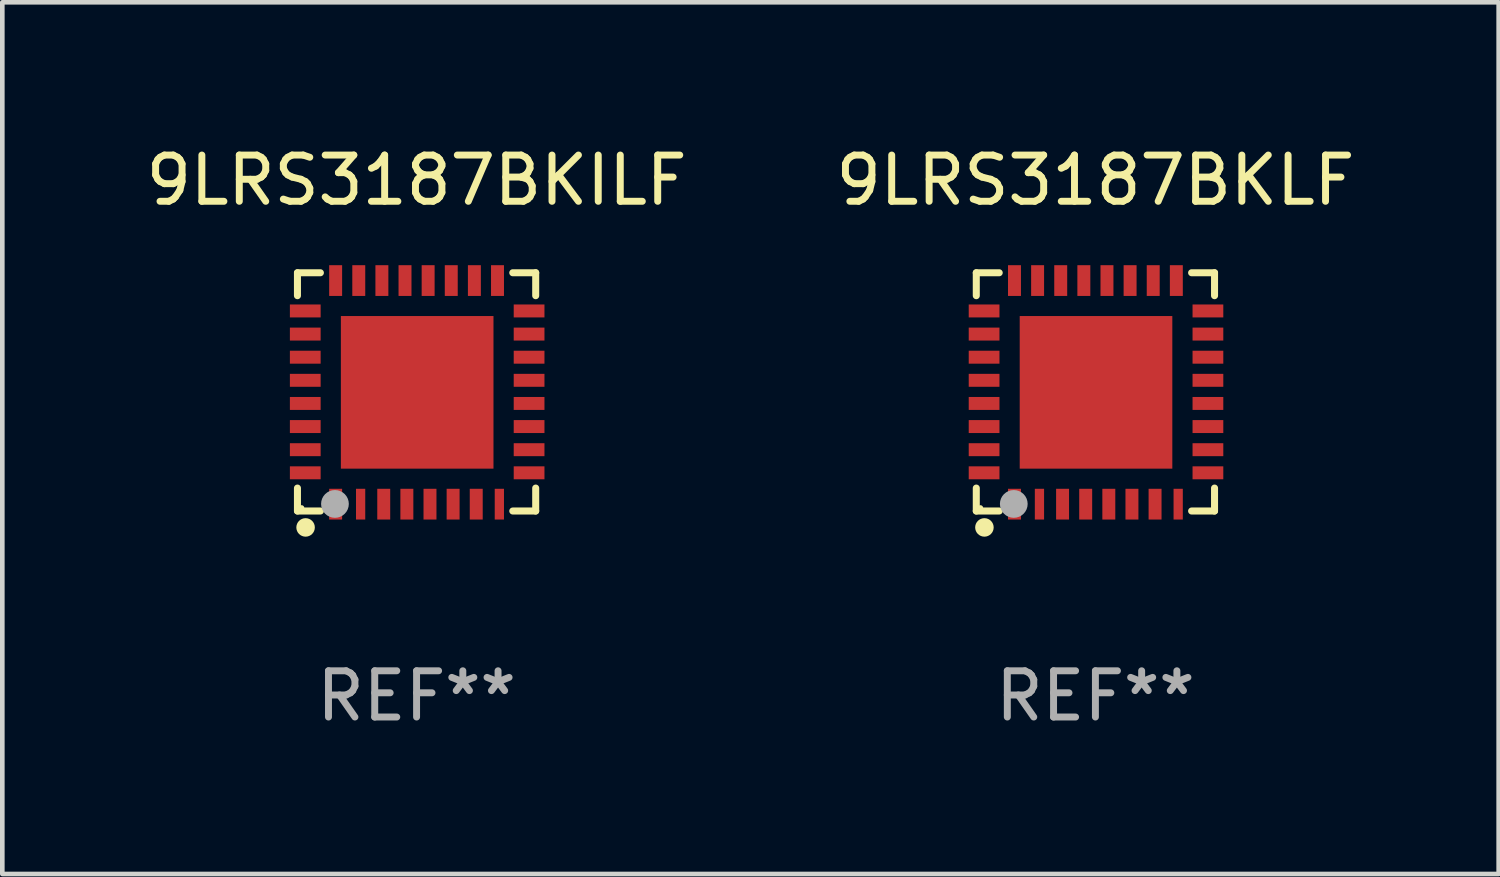
<source format=kicad_pcb>
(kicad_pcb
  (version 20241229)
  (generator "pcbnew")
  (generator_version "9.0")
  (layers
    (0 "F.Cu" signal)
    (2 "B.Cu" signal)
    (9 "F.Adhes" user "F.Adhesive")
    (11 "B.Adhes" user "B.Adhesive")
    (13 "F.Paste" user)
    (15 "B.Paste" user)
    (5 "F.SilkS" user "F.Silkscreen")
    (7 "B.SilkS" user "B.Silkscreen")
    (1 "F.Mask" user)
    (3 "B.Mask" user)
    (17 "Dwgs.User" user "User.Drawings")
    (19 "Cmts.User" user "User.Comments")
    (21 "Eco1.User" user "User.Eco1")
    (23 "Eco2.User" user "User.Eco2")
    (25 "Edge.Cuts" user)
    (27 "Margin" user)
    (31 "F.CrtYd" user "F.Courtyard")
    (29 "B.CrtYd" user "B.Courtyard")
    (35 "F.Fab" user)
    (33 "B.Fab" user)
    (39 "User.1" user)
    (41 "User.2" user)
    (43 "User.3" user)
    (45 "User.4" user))
  (footprint "9LRS3187BKLF"
    (layer "F.Cu")
    (at 20.637 5.424)
    (property "Reference" "9LRS3187BKLF" (at 0 -4.576 0) (layer "F.SilkS") (effects (font (size 1 1) (thickness 0.15))))
    (attr through_hole)
    (fp_line (start -2.576 -2.576) (end -2.576 -2.08) (stroke (width 0.152) (type solid)) (layer "F.SilkS"))
    (fp_line (start -2.576 2.576) (end -2.576 2.08) (stroke (width 0.152) (type solid)) (layer "F.SilkS"))
    (fp_line (start -2.08 -2.576) (end -2.576 -2.576) (stroke (width 0.152) (type solid)) (layer "F.SilkS"))
    (fp_line (start -2.08 2.576) (end -2.576 2.576) (stroke (width 0.152) (type solid)) (layer "F.SilkS"))
    (fp_line (start 2.08 -2.576) (end 2.576 -2.576) (stroke (width 0.152) (type solid)) (layer "F.SilkS"))
    (fp_line (start 2.08 2.576) (end 2.576 2.576) (stroke (width 0.152) (type solid)) (layer "F.SilkS"))
    (fp_line (start 2.576 -2.576) (end 2.576 -2.08) (stroke (width 0.152) (type solid)) (layer "F.SilkS"))
    (fp_line (start 2.576 2.576) (end 2.576 2.08) (stroke (width 0.152) (type solid)) (layer "F.SilkS"))
    (fp_circle (center -2.487 2.51) (end -2.457 2.51) (stroke (width 0.06) (type solid)) (fill no) (layer "F.SilkS"))
    (fp_circle (center -2.4 2.931) (end -2.3 2.931) (stroke (width 0.2) (type solid)) (fill no) (layer "F.SilkS"))
    (fp_circle (center -1.765 2.423) (end -1.615 2.423) (stroke (width 0.3) (type solid)) (fill no) (layer "F.Fab"))
    (fp_text user "REF**" (at 0 6.576 0) (layer "F.Fab") (effects (font (size 1 1) (thickness 0.15))))
    (pad "1" smd rect (at -1.75 2.428) (size 0.28 0.665) (layers "F.Cu" "F.Mask" "F.Paste"))
    (pad "2" smd rect (at -1.21 2.428) (size 0.2 0.665) (layers "F.Cu" "F.Mask" "F.Paste"))
    (pad "3" smd rect (at -0.71 2.428) (size 0.28 0.665) (layers "F.Cu" "F.Mask" "F.Paste"))
    (pad "4" smd rect (at -0.21 2.428) (size 0.28 0.665) (layers "F.Cu" "F.Mask" "F.Paste"))
    (pad "5" smd rect (at 0.29 2.428) (size 0.28 0.665) (layers "F.Cu" "F.Mask" "F.Paste"))
    (pad "6" smd rect (at 0.79 2.428) (size 0.28 0.665) (layers "F.Cu" "F.Mask" "F.Paste"))
    (pad "7" smd rect (at 1.29 2.428) (size 0.28 0.665) (layers "F.Cu" "F.Mask" "F.Paste"))
    (pad "8" smd rect (at 1.79 2.428) (size 0.2 0.665) (layers "F.Cu" "F.Mask" "F.Paste"))
    (pad "9" smd rect (at 2.433 1.75) (size 0.665 0.28) (layers "F.Cu" "F.Mask" "F.Paste"))
    (pad "10" smd rect (at 2.433 1.25) (size 0.665 0.28) (layers "F.Cu" "F.Mask" "F.Paste"))
    (pad "11" smd rect (at 2.433 0.75) (size 0.665 0.28) (layers "F.Cu" "F.Mask" "F.Paste"))
    (pad "12" smd rect (at 2.433 0.25) (size 0.665 0.28) (layers "F.Cu" "F.Mask" "F.Paste"))
    (pad "13" smd rect (at 2.433 -0.25) (size 0.665 0.28) (layers "F.Cu" "F.Mask" "F.Paste"))
    (pad "14" smd rect (at 2.433 -0.75) (size 0.665 0.28) (layers "F.Cu" "F.Mask" "F.Paste"))
    (pad "15" smd rect (at 2.433 -1.25) (size 0.665 0.28) (layers "F.Cu" "F.Mask" "F.Paste"))
    (pad "16" smd rect (at 2.433 -1.75) (size 0.665 0.28) (layers "F.Cu" "F.Mask" "F.Paste"))
    (pad "17" smd rect (at 1.75 -2.407) (size 0.28 0.665) (layers "F.Cu" "F.Mask" "F.Paste"))
    (pad "18" smd rect (at 1.25 -2.407) (size 0.28 0.665) (layers "F.Cu" "F.Mask" "F.Paste"))
    (pad "19" smd rect (at 0.75 -2.407) (size 0.28 0.665) (layers "F.Cu" "F.Mask" "F.Paste"))
    (pad "20" smd rect (at 0.25 -2.407) (size 0.28 0.665) (layers "F.Cu" "F.Mask" "F.Paste"))
    (pad "21" smd rect (at -0.25 -2.407) (size 0.28 0.665) (layers "F.Cu" "F.Mask" "F.Paste"))
    (pad "22" smd rect (at -0.75 -2.407) (size 0.28 0.665) (layers "F.Cu" "F.Mask" "F.Paste"))
    (pad "23" smd rect (at -1.25 -2.407) (size 0.28 0.665) (layers "F.Cu" "F.Mask" "F.Paste"))
    (pad "24" smd rect (at -1.75 -2.407) (size 0.28 0.665) (layers "F.Cu" "F.Mask" "F.Paste"))
    (pad "25" smd rect (at -2.407 -1.75) (size 0.665 0.28) (layers "F.Cu" "F.Mask" "F.Paste"))
    (pad "26" smd rect (at -2.407 -1.25) (size 0.665 0.28) (layers "F.Cu" "F.Mask" "F.Paste"))
    (pad "27" smd rect (at -2.407 -0.75) (size 0.665 0.28) (layers "F.Cu" "F.Mask" "F.Paste"))
    (pad "28" smd rect (at -2.407 -0.25) (size 0.665 0.28) (layers "F.Cu" "F.Mask" "F.Paste"))
    (pad "29" smd rect (at -2.407 0.25) (size 0.665 0.28) (layers "F.Cu" "F.Mask" "F.Paste"))
    (pad "30" smd rect (at -2.407 0.75) (size 0.665 0.28) (layers "F.Cu" "F.Mask" "F.Paste"))
    (pad "31" smd rect (at -2.407 1.25) (size 0.665 0.28) (layers "F.Cu" "F.Mask" "F.Paste"))
    (pad "32" smd rect (at -2.407 1.75) (size 0.665 0.28) (layers "F.Cu" "F.Mask" "F.Paste"))
    (pad "33" smd rect (at 0.013 0.01) (size 3.3 3.3) (layers "F.Cu" "F.Mask" "F.Paste")))
  (footprint "9LRS3187BKILF"
    (layer "F.Cu")
    (at 5.958 5.424)
    (property "Reference" "9LRS3187BKILF" (at 0 -4.576 0) (layer "F.SilkS") (effects (font (size 1 1) (thickness 0.15))))
    (attr through_hole)
    (fp_line (start -2.576 -2.576) (end -2.576 -2.08) (stroke (width 0.152) (type solid)) (layer "F.SilkS"))
    (fp_line (start -2.576 2.576) (end -2.576 2.08) (stroke (width 0.152) (type solid)) (layer "F.SilkS"))
    (fp_line (start -2.08 -2.576) (end -2.576 -2.576) (stroke (width 0.152) (type solid)) (layer "F.SilkS"))
    (fp_line (start -2.08 2.576) (end -2.576 2.576) (stroke (width 0.152) (type solid)) (layer "F.SilkS"))
    (fp_line (start 2.08 -2.576) (end 2.576 -2.576) (stroke (width 0.152) (type solid)) (layer "F.SilkS"))
    (fp_line (start 2.08 2.576) (end 2.576 2.576) (stroke (width 0.152) (type solid)) (layer "F.SilkS"))
    (fp_line (start 2.576 -2.576) (end 2.576 -2.08) (stroke (width 0.152) (type solid)) (layer "F.SilkS"))
    (fp_line (start 2.576 2.576) (end 2.576 2.08) (stroke (width 0.152) (type solid)) (layer "F.SilkS"))
    (fp_circle (center -2.487 2.51) (end -2.457 2.51) (stroke (width 0.06) (type solid)) (fill no) (layer "F.SilkS"))
    (fp_circle (center -2.4 2.931) (end -2.3 2.931) (stroke (width 0.2) (type solid)) (fill no) (layer "F.SilkS"))
    (fp_circle (center -1.765 2.423) (end -1.615 2.423) (stroke (width 0.3) (type solid)) (fill no) (layer "F.Fab"))
    (fp_text user "REF**" (at 0 6.576 0) (layer "F.Fab") (effects (font (size 1 1) (thickness 0.15))))
    (pad "1" smd rect (at -1.75 2.428) (size 0.28 0.665) (layers "F.Cu" "F.Mask" "F.Paste"))
    (pad "2" smd rect (at -1.21 2.428) (size 0.2 0.665) (layers "F.Cu" "F.Mask" "F.Paste"))
    (pad "3" smd rect (at -0.71 2.428) (size 0.28 0.665) (layers "F.Cu" "F.Mask" "F.Paste"))
    (pad "4" smd rect (at -0.21 2.428) (size 0.28 0.665) (layers "F.Cu" "F.Mask" "F.Paste"))
    (pad "5" smd rect (at 0.29 2.428) (size 0.28 0.665) (layers "F.Cu" "F.Mask" "F.Paste"))
    (pad "6" smd rect (at 0.79 2.428) (size 0.28 0.665) (layers "F.Cu" "F.Mask" "F.Paste"))
    (pad "7" smd rect (at 1.29 2.428) (size 0.28 0.665) (layers "F.Cu" "F.Mask" "F.Paste"))
    (pad "8" smd rect (at 1.79 2.428) (size 0.2 0.665) (layers "F.Cu" "F.Mask" "F.Paste"))
    (pad "9" smd rect (at 2.433 1.75) (size 0.665 0.28) (layers "F.Cu" "F.Mask" "F.Paste"))
    (pad "10" smd rect (at 2.433 1.25) (size 0.665 0.28) (layers "F.Cu" "F.Mask" "F.Paste"))
    (pad "11" smd rect (at 2.433 0.75) (size 0.665 0.28) (layers "F.Cu" "F.Mask" "F.Paste"))
    (pad "12" smd rect (at 2.433 0.25) (size 0.665 0.28) (layers "F.Cu" "F.Mask" "F.Paste"))
    (pad "13" smd rect (at 2.433 -0.25) (size 0.665 0.28) (layers "F.Cu" "F.Mask" "F.Paste"))
    (pad "14" smd rect (at 2.433 -0.75) (size 0.665 0.28) (layers "F.Cu" "F.Mask" "F.Paste"))
    (pad "15" smd rect (at 2.433 -1.25) (size 0.665 0.28) (layers "F.Cu" "F.Mask" "F.Paste"))
    (pad "16" smd rect (at 2.433 -1.75) (size 0.665 0.28) (layers "F.Cu" "F.Mask" "F.Paste"))
    (pad "17" smd rect (at 1.75 -2.407) (size 0.28 0.665) (layers "F.Cu" "F.Mask" "F.Paste"))
    (pad "18" smd rect (at 1.25 -2.407) (size 0.28 0.665) (layers "F.Cu" "F.Mask" "F.Paste"))
    (pad "19" smd rect (at 0.75 -2.407) (size 0.28 0.665) (layers "F.Cu" "F.Mask" "F.Paste"))
    (pad "20" smd rect (at 0.25 -2.407) (size 0.28 0.665) (layers "F.Cu" "F.Mask" "F.Paste"))
    (pad "21" smd rect (at -0.25 -2.407) (size 0.28 0.665) (layers "F.Cu" "F.Mask" "F.Paste"))
    (pad "22" smd rect (at -0.75 -2.407) (size 0.28 0.665) (layers "F.Cu" "F.Mask" "F.Paste"))
    (pad "23" smd rect (at -1.25 -2.407) (size 0.28 0.665) (layers "F.Cu" "F.Mask" "F.Paste"))
    (pad "24" smd rect (at -1.75 -2.407) (size 0.28 0.665) (layers "F.Cu" "F.Mask" "F.Paste"))
    (pad "25" smd rect (at -2.407 -1.75) (size 0.665 0.28) (layers "F.Cu" "F.Mask" "F.Paste"))
    (pad "26" smd rect (at -2.407 -1.25) (size 0.665 0.28) (layers "F.Cu" "F.Mask" "F.Paste"))
    (pad "27" smd rect (at -2.407 -0.75) (size 0.665 0.28) (layers "F.Cu" "F.Mask" "F.Paste"))
    (pad "28" smd rect (at -2.407 -0.25) (size 0.665 0.28) (layers "F.Cu" "F.Mask" "F.Paste"))
    (pad "29" smd rect (at -2.407 0.25) (size 0.665 0.28) (layers "F.Cu" "F.Mask" "F.Paste"))
    (pad "30" smd rect (at -2.407 0.75) (size 0.665 0.28) (layers "F.Cu" "F.Mask" "F.Paste"))
    (pad "31" smd rect (at -2.407 1.25) (size 0.665 0.28) (layers "F.Cu" "F.Mask" "F.Paste"))
    (pad "32" smd rect (at -2.407 1.75) (size 0.665 0.28) (layers "F.Cu" "F.Mask" "F.Paste"))
    (pad "33" smd rect (at 0.013 0.01) (size 3.3 3.3) (layers "F.Cu" "F.Mask" "F.Paste")))
  (gr_rect
    (start -3 -3)
    (end 29.357 15.849)
    (stroke (width 0.1) (type default))
    (fill no)
    (layer "Edge.Cuts")))
</source>
